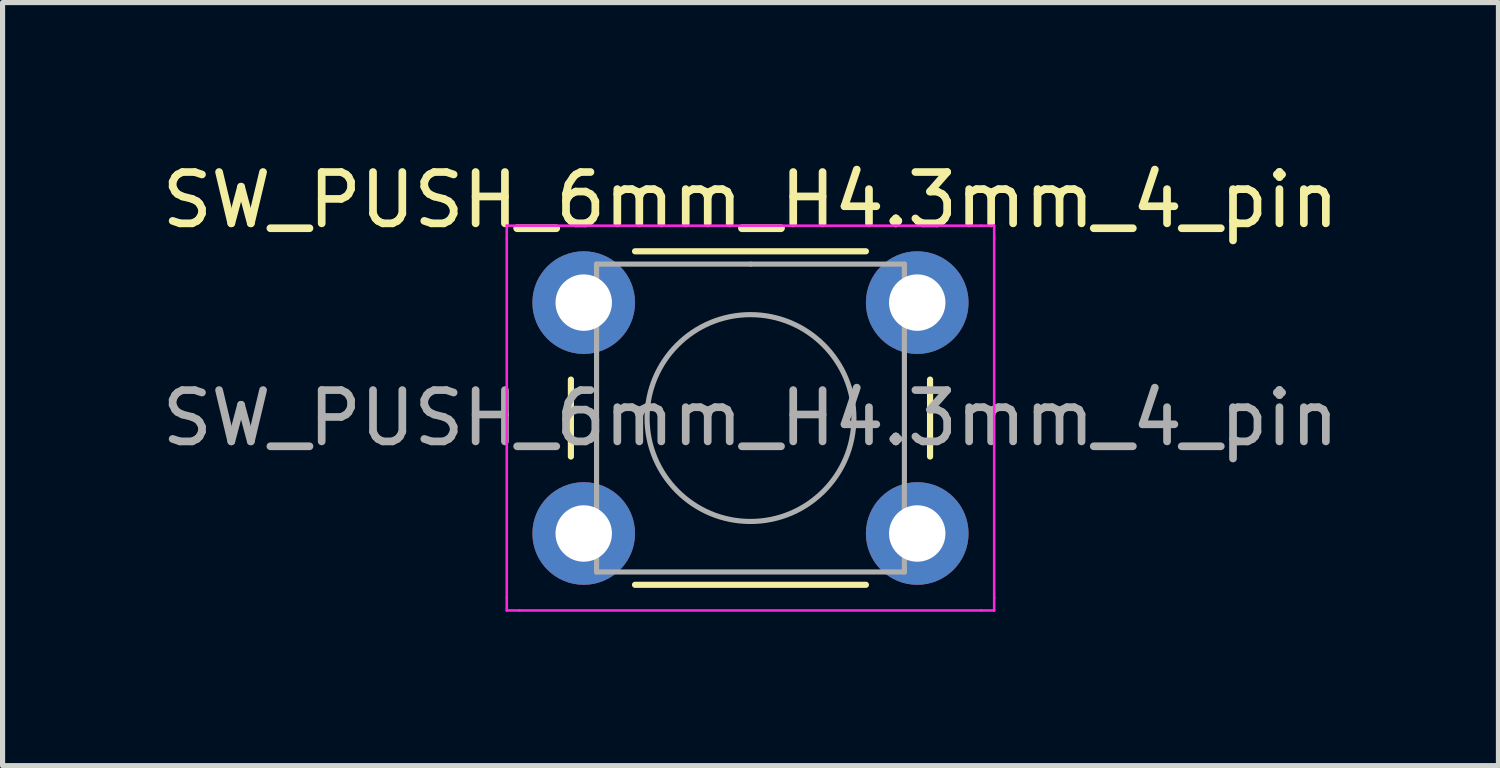
<source format=kicad_pcb>
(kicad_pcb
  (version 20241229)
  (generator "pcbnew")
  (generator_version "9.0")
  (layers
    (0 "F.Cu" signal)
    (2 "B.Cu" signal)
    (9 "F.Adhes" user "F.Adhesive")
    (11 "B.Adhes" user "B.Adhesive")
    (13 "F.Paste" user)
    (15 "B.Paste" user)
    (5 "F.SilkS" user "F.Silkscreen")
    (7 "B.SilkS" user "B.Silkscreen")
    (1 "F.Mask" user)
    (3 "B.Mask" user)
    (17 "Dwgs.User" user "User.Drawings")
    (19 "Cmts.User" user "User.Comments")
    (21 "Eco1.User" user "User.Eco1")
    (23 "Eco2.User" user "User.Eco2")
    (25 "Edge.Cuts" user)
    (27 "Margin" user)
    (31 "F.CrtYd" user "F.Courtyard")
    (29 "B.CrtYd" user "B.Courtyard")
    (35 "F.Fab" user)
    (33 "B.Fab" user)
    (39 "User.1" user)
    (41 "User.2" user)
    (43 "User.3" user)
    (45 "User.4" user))
  (footprint "SW_PUSH_6mm_H4.3mm_4_pin"
    (layer "F.Cu")
    (at 8.327 2.848)
    (property "Reference" "SW_PUSH_6mm_H4.3mm_4_pin" (at 3.25 -2 0) (layer "F.SilkS") (effects (font (size 1 1) (thickness 0.15))))
    (attr through_hole)
    (fp_line (start -0.25 1.5) (end -0.25 3) (stroke (width 0.12) (type solid)) (layer "F.SilkS"))
    (fp_line (start 1 5.5) (end 5.5 5.5) (stroke (width 0.12) (type solid)) (layer "F.SilkS"))
    (fp_line (start 5.5 -1) (end 1 -1) (stroke (width 0.12) (type solid)) (layer "F.SilkS"))
    (fp_line (start 6.75 3) (end 6.75 1.5) (stroke (width 0.12) (type solid)) (layer "F.SilkS"))
    (fp_line (start -1.5 -1.5) (end -1.25 -1.5) (stroke (width 0.05) (type solid)) (layer "F.CrtYd"))
    (fp_line (start -1.5 -1.25) (end -1.5 -1.5) (stroke (width 0.05) (type solid)) (layer "F.CrtYd"))
    (fp_line (start -1.5 5.75) (end -1.5 -1.25) (stroke (width 0.05) (type solid)) (layer "F.CrtYd"))
    (fp_line (start -1.5 5.75) (end -1.5 6) (stroke (width 0.05) (type solid)) (layer "F.CrtYd"))
    (fp_line (start -1.5 6) (end -1.25 6) (stroke (width 0.05) (type solid)) (layer "F.CrtYd"))
    (fp_line (start -1.25 -1.5) (end 7.75 -1.5) (stroke (width 0.05) (type solid)) (layer "F.CrtYd"))
    (fp_line (start 7.75 -1.5) (end 8 -1.5) (stroke (width 0.05) (type solid)) (layer "F.CrtYd"))
    (fp_line (start 7.75 6) (end -1.25 6) (stroke (width 0.05) (type solid)) (layer "F.CrtYd"))
    (fp_line (start 7.75 6) (end 8 6) (stroke (width 0.05) (type solid)) (layer "F.CrtYd"))
    (fp_line (start 8 -1.5) (end 8 -1.25) (stroke (width 0.05) (type solid)) (layer "F.CrtYd"))
    (fp_line (start 8 -1.25) (end 8 5.75) (stroke (width 0.05) (type solid)) (layer "F.CrtYd"))
    (fp_line (start 8 6) (end 8 5.75) (stroke (width 0.05) (type solid)) (layer "F.CrtYd"))
    (fp_line (start 0.25 -0.75) (end 3.25 -0.75) (stroke (width 0.1) (type solid)) (layer "F.Fab"))
    (fp_line (start 0.25 5.25) (end 0.25 -0.75) (stroke (width 0.1) (type solid)) (layer "F.Fab"))
    (fp_line (start 3.25 -0.75) (end 6.25 -0.75) (stroke (width 0.1) (type solid)) (layer "F.Fab"))
    (fp_line (start 6.25 -0.75) (end 6.25 5.25) (stroke (width 0.1) (type solid)) (layer "F.Fab"))
    (fp_line (start 6.25 5.25) (end 0.25 5.25) (stroke (width 0.1) (type solid)) (layer "F.Fab"))
    (fp_circle (center 3.25 2.25) (end 1.25 2.5) (stroke (width 0.1) (type solid)) (fill no) (layer "F.Fab"))
    (fp_text user "${REFERENCE}" (at 3.25 2.25 0) (layer "F.Fab") (effects (font (size 1 1) (thickness 0.15))))
    (pad "1" thru_hole circle (at 0 0 90) (size 2 2) (drill 1.1) (layers "*.Cu" "*.Mask"))
    (pad "2" thru_hole circle (at 6.5 0 90) (size 2 2) (drill 1.1) (layers "*.Cu" "*.Mask"))
    (pad "3" thru_hole circle (at 0 4.5 90) (size 2 2) (drill 1.1) (layers "*.Cu" "*.Mask"))
    (pad "4" thru_hole circle (at 6.5 4.5 90) (size 2 2) (drill 1.1) (layers "*.Cu" "*.Mask")))
  (gr_rect
    (start -3 -3)
    (end 26.155 11.873)
    (stroke (width 0.1) (type default))
    (fill no)
    (layer "Edge.Cuts")))
</source>
